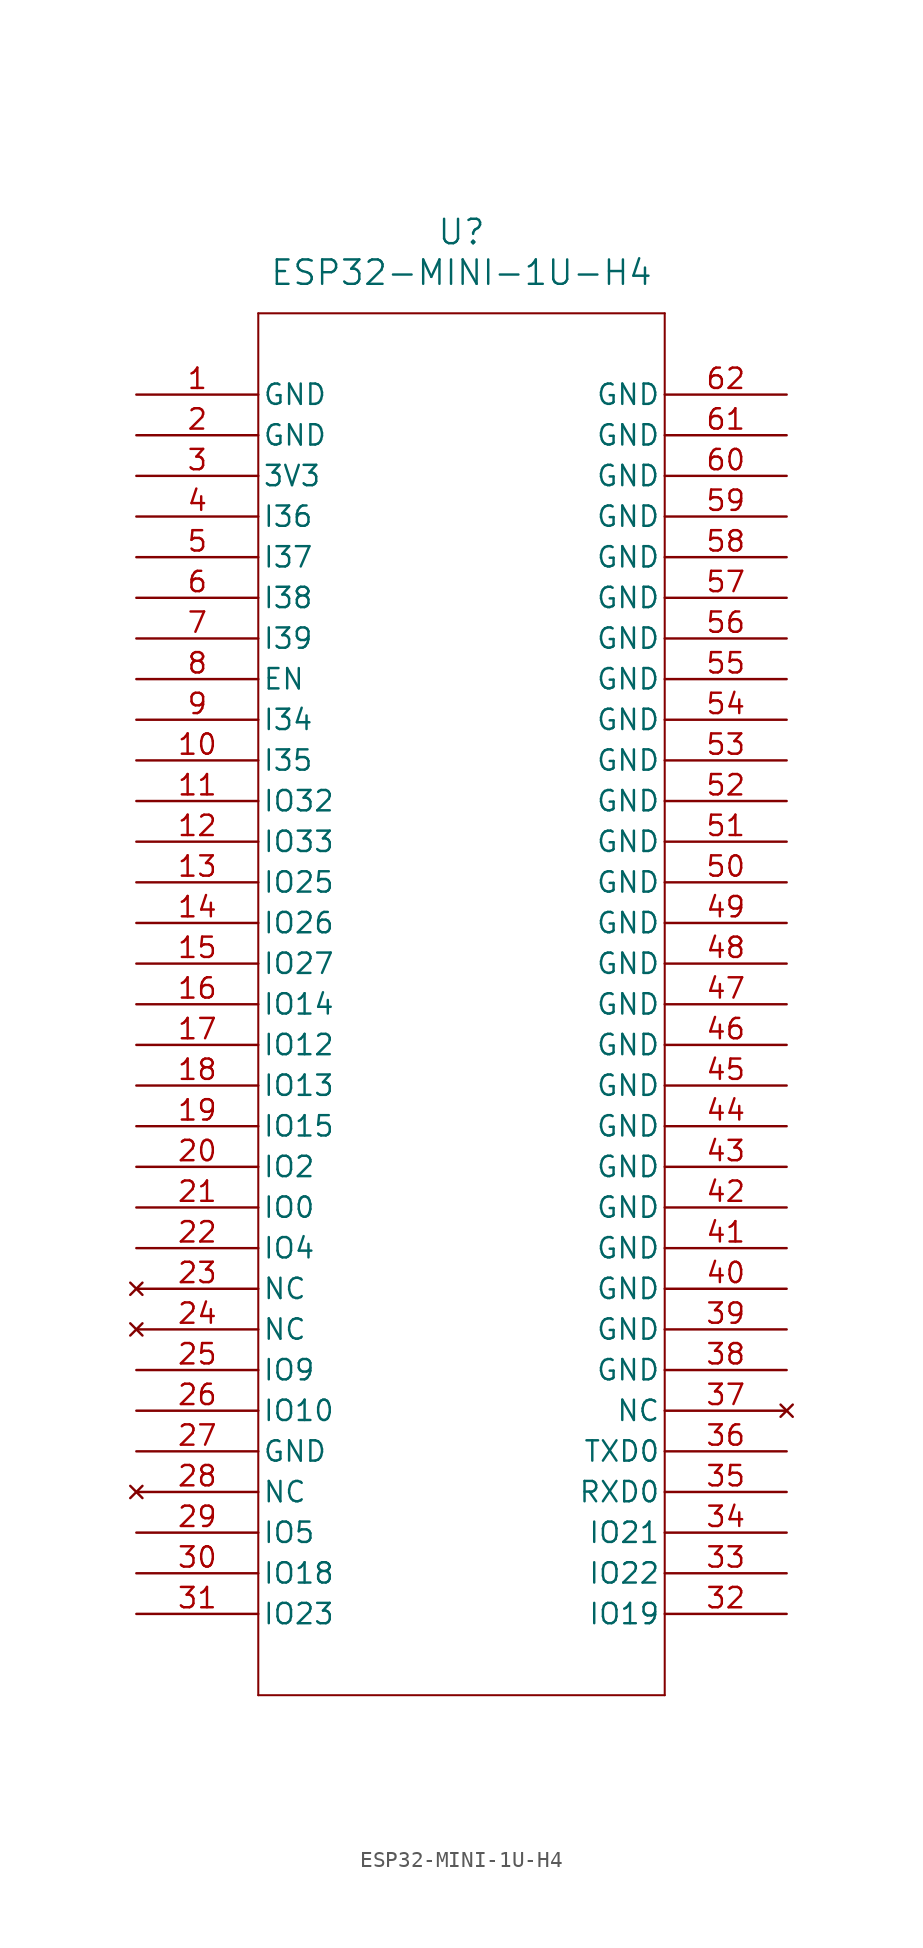
<source format=kicad_sym>
(kicad_symbol_lib
  (version 20211014)
  (generator kicad_symbol_editor)
  (symbol "ESP32-MINI-1U-H4"
    (pin_names
      (offset 0.254))
    (property "Reference" "U"
      (at 20.32 10.16 0)
      (effects (font (size 1.524 1.524))))
    (property "Value" "ESP32-MINI-1U-H4"
      (at 20.32 7.62 0)
      (effects (font (size 1.524 1.524))))
    (symbol "ESP32-MINI-1U-H4_0_1"
      (polyline (pts (xy 7.62 5.08) (xy 7.62 -81.28)) (stroke (width 0.127) (type default) (color 0 0 0 0)) (fill (type none)))
      (polyline (pts (xy 7.62 -81.28) (xy 33.02 -81.28)) (stroke (width 0.127) (type default) (color 0 0 0 0)) (fill (type none)))
      (polyline (pts (xy 33.02 -81.28) (xy 33.02 5.08)) (stroke (width 0.127) (type default) (color 0 0 0 0)) (fill (type none)))
      (polyline (pts (xy 33.02 5.08) (xy 7.62 5.08)) (stroke (width 0.127) (type default) (color 0 0 0 0)) (fill (type none)))
      (pin power_out line (at 0 0 0) (length 7.62) (name "GND" (effects (font (size 1.27 1.27)))) (number "1" (effects (font (size 1.27 1.27)))))
      (pin power_out line (at 0 -2.54 0) (length 7.62) (name "GND" (effects (font (size 1.27 1.27)))) (number "2" (effects (font (size 1.27 1.27)))))
      (pin power_in line (at 0 -5.08 0) (length 7.62) (name "3V3" (effects (font (size 1.27 1.27)))) (number "3" (effects (font (size 1.27 1.27)))))
      (pin input line (at 0 -7.62 0) (length 7.62) (name "I36" (effects (font (size 1.27 1.27)))) (number "4" (effects (font (size 1.27 1.27)))))
      (pin input line (at 0 -10.16 0) (length 7.62) (name "I37" (effects (font (size 1.27 1.27)))) (number "5" (effects (font (size 1.27 1.27)))))
      (pin input line (at 0 -12.7 0) (length 7.62) (name "I38" (effects (font (size 1.27 1.27)))) (number "6" (effects (font (size 1.27 1.27)))))
      (pin input line (at 0 -15.24 0) (length 7.62) (name "I39" (effects (font (size 1.27 1.27)))) (number "7" (effects (font (size 1.27 1.27)))))
      (pin input line (at 0 -17.78 0) (length 7.62) (name "EN" (effects (font (size 1.27 1.27)))) (number "8" (effects (font (size 1.27 1.27)))))
      (pin input line (at 0 -20.32 0) (length 7.62) (name "I34" (effects (font (size 1.27 1.27)))) (number "9" (effects (font (size 1.27 1.27)))))
      (pin input line (at 0 -22.86 0) (length 7.62) (name "I35" (effects (font (size 1.27 1.27)))) (number "10" (effects (font (size 1.27 1.27)))))
      (pin bidirectional line (at 0 -25.4 0) (length 7.62) (name "IO32" (effects (font (size 1.27 1.27)))) (number "11" (effects (font (size 1.27 1.27)))))
      (pin bidirectional line (at 0 -27.94 0) (length 7.62) (name "IO33" (effects (font (size 1.27 1.27)))) (number "12" (effects (font (size 1.27 1.27)))))
      (pin bidirectional line (at 0 -30.48 0) (length 7.62) (name "IO25" (effects (font (size 1.27 1.27)))) (number "13" (effects (font (size 1.27 1.27)))))
      (pin bidirectional line (at 0 -33.02 0) (length 7.62) (name "IO26" (effects (font (size 1.27 1.27)))) (number "14" (effects (font (size 1.27 1.27)))))
      (pin bidirectional line (at 0 -35.56 0) (length 7.62) (name "IO27" (effects (font (size 1.27 1.27)))) (number "15" (effects (font (size 1.27 1.27)))))
      (pin bidirectional line (at 0 -38.1 0) (length 7.62) (name "IO14" (effects (font (size 1.27 1.27)))) (number "16" (effects (font (size 1.27 1.27)))))
      (pin bidirectional line (at 0 -40.64 0) (length 7.62) (name "IO12" (effects (font (size 1.27 1.27)))) (number "17" (effects (font (size 1.27 1.27)))))
      (pin bidirectional line (at 0 -43.18 0) (length 7.62) (name "IO13" (effects (font (size 1.27 1.27)))) (number "18" (effects (font (size 1.27 1.27)))))
      (pin bidirectional line (at 0 -45.72 0) (length 7.62) (name "IO15" (effects (font (size 1.27 1.27)))) (number "19" (effects (font (size 1.27 1.27)))))
      (pin bidirectional line (at 0 -48.26 0) (length 7.62) (name "IO2" (effects (font (size 1.27 1.27)))) (number "20" (effects (font (size 1.27 1.27)))))
      (pin bidirectional line (at 0 -50.8 0) (length 7.62) (name "IO0" (effects (font (size 1.27 1.27)))) (number "21" (effects (font (size 1.27 1.27)))))
      (pin bidirectional line (at 0 -53.34 0) (length 7.62) (name "IO4" (effects (font (size 1.27 1.27)))) (number "22" (effects (font (size 1.27 1.27)))))
      (pin no_connect line (at 0 -55.88 0) (length 7.62) (name "NC" (effects (font (size 1.27 1.27)))) (number "23" (effects (font (size 1.27 1.27)))))
      (pin no_connect line (at 0 -58.42 0) (length 7.62) (name "NC" (effects (font (size 1.27 1.27)))) (number "24" (effects (font (size 1.27 1.27)))))
      (pin bidirectional line (at 0 -60.96 0) (length 7.62) (name "IO9" (effects (font (size 1.27 1.27)))) (number "25" (effects (font (size 1.27 1.27)))))
      (pin bidirectional line (at 0 -63.5 0) (length 7.62) (name "IO10" (effects (font (size 1.27 1.27)))) (number "26" (effects (font (size 1.27 1.27)))))
      (pin power_out line (at 0 -66.04 0) (length 7.62) (name "GND" (effects (font (size 1.27 1.27)))) (number "27" (effects (font (size 1.27 1.27)))))
      (pin no_connect line (at 0 -68.58 0) (length 7.62) (name "NC" (effects (font (size 1.27 1.27)))) (number "28" (effects (font (size 1.27 1.27)))))
      (pin bidirectional line (at 0 -71.12 0) (length 7.62) (name "IO5" (effects (font (size 1.27 1.27)))) (number "29" (effects (font (size 1.27 1.27)))))
      (pin bidirectional line (at 0 -73.66 0) (length 7.62) (name "IO18" (effects (font (size 1.27 1.27)))) (number "30" (effects (font (size 1.27 1.27)))))
      (pin bidirectional line (at 0 -76.2 0) (length 7.62) (name "IO23" (effects (font (size 1.27 1.27)))) (number "31" (effects (font (size 1.27 1.27)))))
      (pin bidirectional line (at 40.64 -76.2 180) (length 7.62) (name "IO19" (effects (font (size 1.27 1.27)))) (number "32" (effects (font (size 1.27 1.27)))))
      (pin bidirectional line (at 40.64 -73.66 180) (length 7.62) (name "IO22" (effects (font (size 1.27 1.27)))) (number "33" (effects (font (size 1.27 1.27)))))
      (pin bidirectional line (at 40.64 -71.12 180) (length 7.62) (name "IO21" (effects (font (size 1.27 1.27)))) (number "34" (effects (font (size 1.27 1.27)))))
      (pin bidirectional line (at 40.64 -68.58 180) (length 7.62) (name "RXD0" (effects (font (size 1.27 1.27)))) (number "35" (effects (font (size 1.27 1.27)))))
      (pin bidirectional line (at 40.64 -66.04 180) (length 7.62) (name "TXD0" (effects (font (size 1.27 1.27)))) (number "36" (effects (font (size 1.27 1.27)))))
      (pin no_connect line (at 40.64 -63.5 180) (length 7.62) (name "NC" (effects (font (size 1.27 1.27)))) (number "37" (effects (font (size 1.27 1.27)))))
      (pin power_out line (at 40.64 -60.96 180) (length 7.62) (name "GND" (effects (font (size 1.27 1.27)))) (number "38" (effects (font (size 1.27 1.27)))))
      (pin power_out line (at 40.64 -58.42 180) (length 7.62) (name "GND" (effects (font (size 1.27 1.27)))) (number "39" (effects (font (size 1.27 1.27)))))
      (pin power_out line (at 40.64 -55.88 180) (length 7.62) (name "GND" (effects (font (size 1.27 1.27)))) (number "40" (effects (font (size 1.27 1.27)))))
      (pin power_out line (at 40.64 -53.34 180) (length 7.62) (name "GND" (effects (font (size 1.27 1.27)))) (number "41" (effects (font (size 1.27 1.27)))))
      (pin power_out line (at 40.64 -50.8 180) (length 7.62) (name "GND" (effects (font (size 1.27 1.27)))) (number "42" (effects (font (size 1.27 1.27)))))
      (pin power_out line (at 40.64 -48.26 180) (length 7.62) (name "GND" (effects (font (size 1.27 1.27)))) (number "43" (effects (font (size 1.27 1.27)))))
      (pin power_out line (at 40.64 -45.72 180) (length 7.62) (name "GND" (effects (font (size 1.27 1.27)))) (number "44" (effects (font (size 1.27 1.27)))))
      (pin power_out line (at 40.64 -43.18 180) (length 7.62) (name "GND" (effects (font (size 1.27 1.27)))) (number "45" (effects (font (size 1.27 1.27)))))
      (pin power_out line (at 40.64 -40.64 180) (length 7.62) (name "GND" (effects (font (size 1.27 1.27)))) (number "46" (effects (font (size 1.27 1.27)))))
      (pin power_out line (at 40.64 -38.1 180) (length 7.62) (name "GND" (effects (font (size 1.27 1.27)))) (number "47" (effects (font (size 1.27 1.27)))))
      (pin power_out line (at 40.64 -35.56 180) (length 7.62) (name "GND" (effects (font (size 1.27 1.27)))) (number "48" (effects (font (size 1.27 1.27)))))
      (pin power_out line (at 40.64 -33.02 180) (length 7.62) (name "GND" (effects (font (size 1.27 1.27)))) (number "49" (effects (font (size 1.27 1.27)))))
      (pin power_out line (at 40.64 -30.48 180) (length 7.62) (name "GND" (effects (font (size 1.27 1.27)))) (number "50" (effects (font (size 1.27 1.27)))))
      (pin power_out line (at 40.64 -27.94 180) (length 7.62) (name "GND" (effects (font (size 1.27 1.27)))) (number "51" (effects (font (size 1.27 1.27)))))
      (pin power_out line (at 40.64 -25.4 180) (length 7.62) (name "GND" (effects (font (size 1.27 1.27)))) (number "52" (effects (font (size 1.27 1.27)))))
      (pin power_out line (at 40.64 -22.86 180) (length 7.62) (name "GND" (effects (font (size 1.27 1.27)))) (number "53" (effects (font (size 1.27 1.27)))))
      (pin power_out line (at 40.64 -20.32 180) (length 7.62) (name "GND" (effects (font (size 1.27 1.27)))) (number "54" (effects (font (size 1.27 1.27)))))
      (pin power_out line (at 40.64 -17.78 180) (length 7.62) (name "GND" (effects (font (size 1.27 1.27)))) (number "55" (effects (font (size 1.27 1.27)))))
      (pin power_out line (at 40.64 -15.24 180) (length 7.62) (name "GND" (effects (font (size 1.27 1.27)))) (number "56" (effects (font (size 1.27 1.27)))))
      (pin power_out line (at 40.64 -12.7 180) (length 7.62) (name "GND" (effects (font (size 1.27 1.27)))) (number "57" (effects (font (size 1.27 1.27)))))
      (pin power_out line (at 40.64 -10.16 180) (length 7.62) (name "GND" (effects (font (size 1.27 1.27)))) (number "58" (effects (font (size 1.27 1.27)))))
      (pin power_out line (at 40.64 -7.62 180) (length 7.62) (name "GND" (effects (font (size 1.27 1.27)))) (number "59" (effects (font (size 1.27 1.27)))))
      (pin power_out line (at 40.64 -5.08 180) (length 7.62) (name "GND" (effects (font (size 1.27 1.27)))) (number "60" (effects (font (size 1.27 1.27)))))
      (pin power_out line (at 40.64 -2.54 180) (length 7.62) (name "GND" (effects (font (size 1.27 1.27)))) (number "61" (effects (font (size 1.27 1.27)))))
      (pin power_out line (at 40.64 0 180) (length 7.62) (name "GND" (effects (font (size 1.27 1.27)))) (number "62" (effects (font (size 1.27 1.27))))))))
</source>
